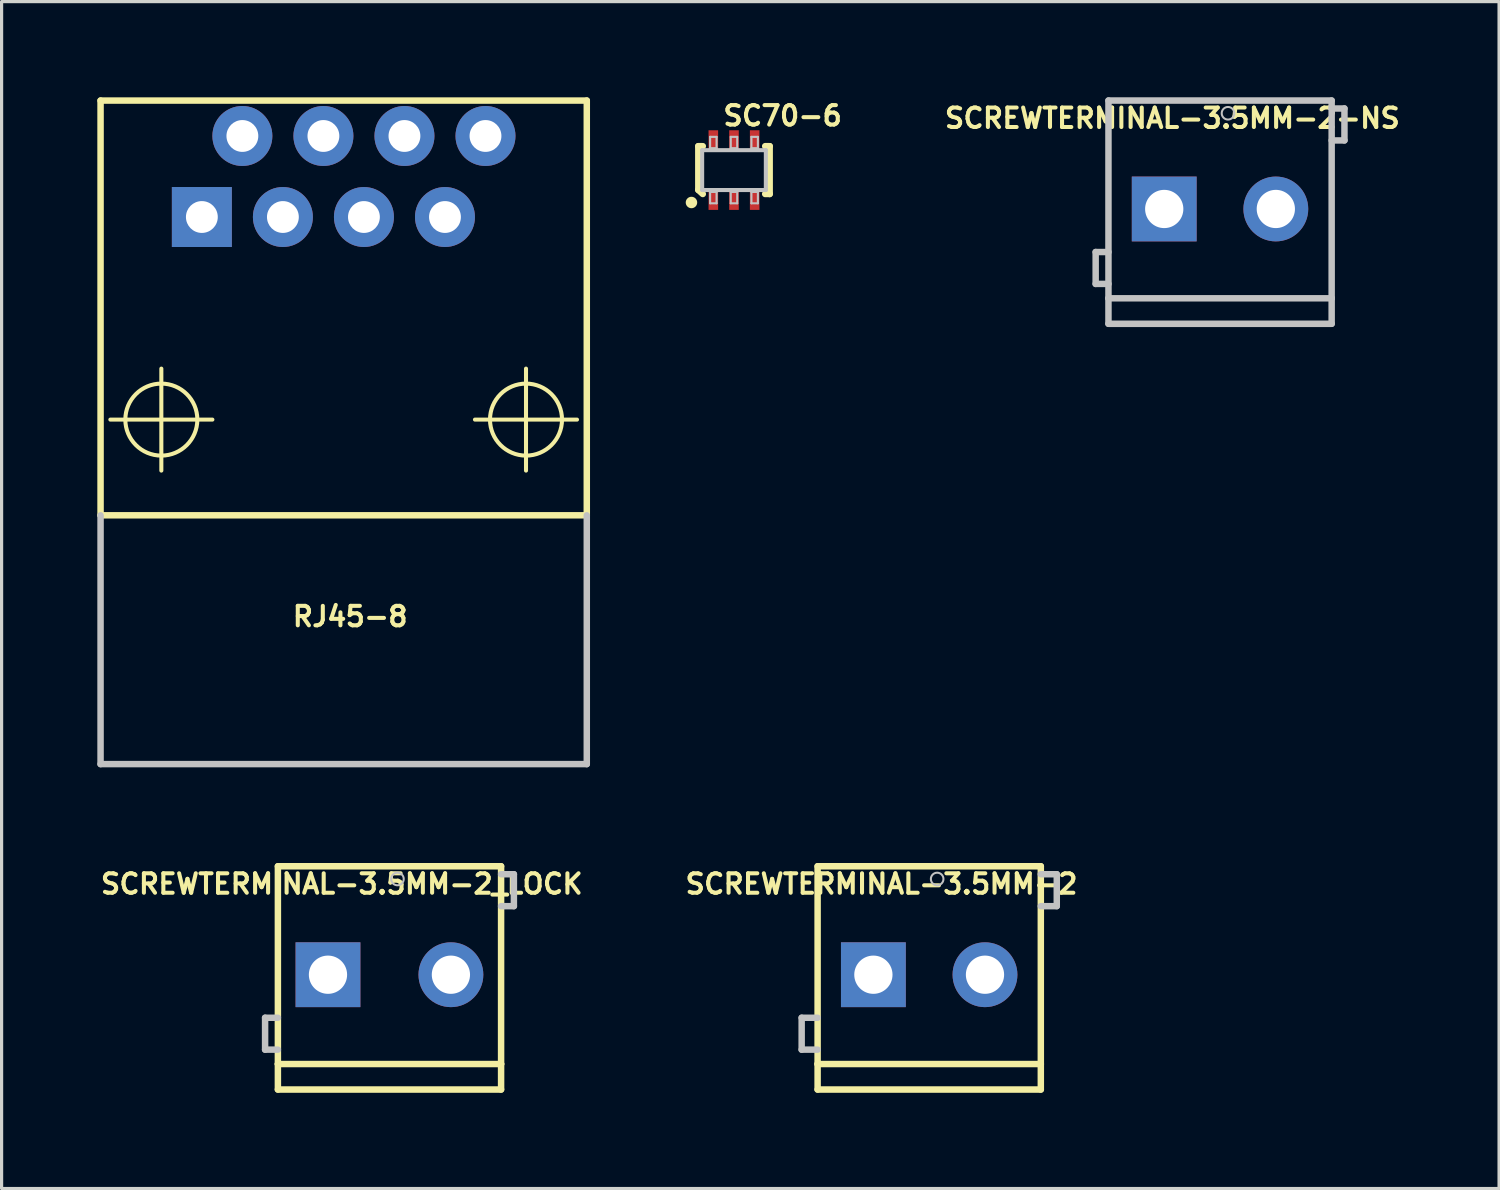
<source format=kicad_pcb>
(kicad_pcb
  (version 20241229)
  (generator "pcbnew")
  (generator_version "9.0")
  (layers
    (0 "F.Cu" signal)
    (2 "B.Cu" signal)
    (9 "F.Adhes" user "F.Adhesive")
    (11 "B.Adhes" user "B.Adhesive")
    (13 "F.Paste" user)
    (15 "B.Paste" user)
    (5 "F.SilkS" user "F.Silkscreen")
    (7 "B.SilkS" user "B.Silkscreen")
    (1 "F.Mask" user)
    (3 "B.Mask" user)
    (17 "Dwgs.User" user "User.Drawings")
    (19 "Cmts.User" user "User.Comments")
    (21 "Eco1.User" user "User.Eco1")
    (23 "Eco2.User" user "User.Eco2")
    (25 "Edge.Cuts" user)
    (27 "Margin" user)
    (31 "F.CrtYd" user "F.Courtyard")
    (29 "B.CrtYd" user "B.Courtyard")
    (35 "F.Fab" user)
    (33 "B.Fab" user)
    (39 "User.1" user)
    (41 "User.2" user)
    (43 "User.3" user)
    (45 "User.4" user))
  (footprint "SCREWTERMINAL-3.5MM-2"
    (layer "F.Cu")
    (at 24.325 27.501)
    (property "Reference" "SCREWTERMINAL-3.5MM-2" (at 0.254 -2.845 0) (layer "F.SilkS") (effects (font (size 0.61 0.61) (thickness 0.127))))
    (attr exclude_from_pos_files exclude_from_bom)
    (fp_line (start -1.748 -3.399) (end 5.248 -3.399) (stroke (width 0.203) (type solid)) (layer "F.SilkS"))
    (fp_line (start -1.748 2.799) (end -1.748 -3.399) (stroke (width 0.203) (type solid)) (layer "F.SilkS"))
    (fp_line (start -1.748 3.599) (end -1.748 2.799) (stroke (width 0.203) (type solid)) (layer "F.SilkS"))
    (fp_line (start 5.248 -3.399) (end 5.248 2.799) (stroke (width 0.203) (type solid)) (layer "F.SilkS"))
    (fp_line (start 5.248 2.799) (end -1.748 2.799) (stroke (width 0.203) (type solid)) (layer "F.SilkS"))
    (fp_line (start 5.248 2.799) (end 5.248 3.599) (stroke (width 0.203) (type solid)) (layer "F.SilkS"))
    (fp_line (start 5.248 3.599) (end -1.748 3.599) (stroke (width 0.203) (type solid)) (layer "F.SilkS"))
    (fp_line (start -2.248 1.349) (end -2.248 2.349) (stroke (width 0.203) (type solid)) (layer "Dwgs.User"))
    (fp_line (start -2.248 2.349) (end -1.748 2.349) (stroke (width 0.203) (type solid)) (layer "Dwgs.User"))
    (fp_line (start -1.748 1.349) (end -2.248 1.349) (stroke (width 0.203) (type solid)) (layer "Dwgs.User"))
    (fp_line (start 5.248 -3.15) (end 5.748 -3.15) (stroke (width 0.203) (type solid)) (layer "Dwgs.User"))
    (fp_line (start 5.748 -3.15) (end 5.748 -2.149) (stroke (width 0.203) (type solid)) (layer "Dwgs.User"))
    (fp_line (start 5.748 -2.149) (end 5.248 -2.149) (stroke (width 0.203) (type solid)) (layer "Dwgs.User"))
    (fp_circle (center 1.999 -3) (end 2.139 -3.139) (stroke (width 0.064) (type solid)) (fill no) (layer "Dwgs.User"))
    (pad "1" thru_hole rect (at 0 0) (size 2.032 2.032) (drill 1.199) (layers "*.Cu" "*.Paste" "*.Mask"))
    (pad "2" thru_hole circle (at 3.498 0) (size 2.032 2.032) (drill 1.199) (layers "*.Cu" "*.Paste" "*.Mask")))
  (footprint "SC70-6"
    (layer "F.Cu")
    (at 19.956 2.281)
    (property "Reference" "SC70-6" (at 1.524 -1.702 0) (layer "F.SilkS") (effects (font (size 0.61 0.61) (thickness 0.127))))
    (attr smd)
    (fp_line (start -1.118 -0.749) (end -1.118 0.622) (stroke (width 0.203) (type solid)) (layer "F.SilkS"))
    (fp_line (start -1.118 0.622) (end -0.978 0.749) (stroke (width 0.203) (type solid)) (layer "F.SilkS"))
    (fp_line (start -0.978 -0.749) (end -1.118 -0.749) (stroke (width 0.203) (type solid)) (layer "F.SilkS"))
    (fp_line (start 0.978 0.749) (end 1.118 0.749) (stroke (width 0.203) (type solid)) (layer "F.SilkS"))
    (fp_line (start 1.118 -0.749) (end 0.978 -0.749) (stroke (width 0.203) (type solid)) (layer "F.SilkS"))
    (fp_line (start 1.118 0.749) (end 1.118 -0.749) (stroke (width 0.203) (type solid)) (layer "F.SilkS"))
    (fp_circle (center -1.333 1.016) (end -1.46 1.143) (stroke (width 0) (type solid)) (fill yes) (layer "F.SilkS"))
    (fp_line (start -0.998 -0.625) (end -0.998 0.625) (stroke (width 0.127) (type solid)) (layer "Dwgs.User"))
    (fp_line (start -0.998 0.625) (end 0.998 0.625) (stroke (width 0.127) (type solid)) (layer "Dwgs.User"))
    (fp_line (start -0.749 -1.041) (end -0.546 -1.041) (stroke (width 0.066) (type solid)) (layer "Dwgs.User"))
    (fp_line (start -0.749 -0.686) (end -0.749 -1.041) (stroke (width 0.066) (type solid)) (layer "Dwgs.User"))
    (fp_line (start -0.749 -0.686) (end -0.546 -0.686) (stroke (width 0.066) (type solid)) (layer "Dwgs.User"))
    (fp_line (start -0.749 0.686) (end -0.546 0.686) (stroke (width 0.066) (type solid)) (layer "Dwgs.User"))
    (fp_line (start -0.749 1.041) (end -0.749 0.686) (stroke (width 0.066) (type solid)) (layer "Dwgs.User"))
    (fp_line (start -0.749 1.041) (end -0.546 1.041) (stroke (width 0.066) (type solid)) (layer "Dwgs.User"))
    (fp_line (start -0.546 -0.686) (end -0.546 -1.041) (stroke (width 0.066) (type solid)) (layer "Dwgs.User"))
    (fp_line (start -0.546 1.041) (end -0.546 0.686) (stroke (width 0.066) (type solid)) (layer "Dwgs.User"))
    (fp_line (start -0.102 -1.041) (end 0.102 -1.041) (stroke (width 0.066) (type solid)) (layer "Dwgs.User"))
    (fp_line (start -0.102 -0.686) (end -0.102 -1.041) (stroke (width 0.066) (type solid)) (layer "Dwgs.User"))
    (fp_line (start -0.102 -0.686) (end 0.102 -0.686) (stroke (width 0.066) (type solid)) (layer "Dwgs.User"))
    (fp_line (start -0.102 0.686) (end 0.102 0.686) (stroke (width 0.066) (type solid)) (layer "Dwgs.User"))
    (fp_line (start -0.102 1.041) (end -0.102 0.686) (stroke (width 0.066) (type solid)) (layer "Dwgs.User"))
    (fp_line (start -0.102 1.041) (end 0.102 1.041) (stroke (width 0.066) (type solid)) (layer "Dwgs.User"))
    (fp_line (start 0.102 -0.686) (end 0.102 -1.041) (stroke (width 0.066) (type solid)) (layer "Dwgs.User"))
    (fp_line (start 0.102 1.041) (end 0.102 0.686) (stroke (width 0.066) (type solid)) (layer "Dwgs.User"))
    (fp_line (start 0.546 -1.041) (end 0.749 -1.041) (stroke (width 0.066) (type solid)) (layer "Dwgs.User"))
    (fp_line (start 0.546 -0.686) (end 0.546 -1.041) (stroke (width 0.066) (type solid)) (layer "Dwgs.User"))
    (fp_line (start 0.546 -0.686) (end 0.749 -0.686) (stroke (width 0.066) (type solid)) (layer "Dwgs.User"))
    (fp_line (start 0.546 0.686) (end 0.749 0.686) (stroke (width 0.066) (type solid)) (layer "Dwgs.User"))
    (fp_line (start 0.546 1.041) (end 0.546 0.686) (stroke (width 0.066) (type solid)) (layer "Dwgs.User"))
    (fp_line (start 0.546 1.041) (end 0.749 1.041) (stroke (width 0.066) (type solid)) (layer "Dwgs.User"))
    (fp_line (start 0.749 -0.686) (end 0.749 -1.041) (stroke (width 0.066) (type solid)) (layer "Dwgs.User"))
    (fp_line (start 0.749 1.041) (end 0.749 0.686) (stroke (width 0.066) (type solid)) (layer "Dwgs.User"))
    (fp_line (start 0.998 -0.625) (end -0.998 -0.625) (stroke (width 0.127) (type solid)) (layer "Dwgs.User"))
    (fp_line (start 0.998 0.625) (end 0.998 -0.625) (stroke (width 0.127) (type solid)) (layer "Dwgs.User"))
    (pad "1" smd rect (at -0.648 0.919 180) (size 0.3 0.658) (layers "F.Cu" "F.Mask" "F.Paste"))
    (pad "2" smd rect (at 0 0.919 180) (size 0.3 0.658) (layers "F.Cu" "F.Mask" "F.Paste"))
    (pad "3" smd rect (at 0.648 0.919 180) (size 0.3 0.658) (layers "F.Cu" "F.Mask" "F.Paste"))
    (pad "4" smd rect (at 0.648 -0.919) (size 0.3 0.658) (layers "F.Cu" "F.Mask" "F.Paste"))
    (pad "5" smd rect (at 0 -0.919) (size 0.3 0.658) (layers "F.Cu" "F.Mask" "F.Paste"))
    (pad "6" smd rect (at -0.648 -0.919) (size 0.3 0.658) (layers "F.Cu" "F.Mask" "F.Paste")))
  (footprint "RJ45-8"
    (layer "F.Cu")
    (at 7.722 10.102)
    (property "Reference" "RJ45-8" (at 0.203 6.172 0) (layer "F.SilkS") (effects (font (size 0.61 0.61) (thickness 0.127))))
    (attr exclude_from_pos_files exclude_from_bom)
    (fp_line (start -7.62 -10) (end 7.62 -10) (stroke (width 0.203) (type solid)) (layer "F.SilkS"))
    (fp_line (start -7.62 3) (end -7.62 -10) (stroke (width 0.203) (type solid)) (layer "F.SilkS"))
    (fp_line (start -7.62 3) (end 7.62 3) (stroke (width 0.203) (type solid)) (layer "F.SilkS"))
    (fp_line (start -7.313 0) (end -4.115 0) (stroke (width 0.127) (type solid)) (layer "F.SilkS"))
    (fp_line (start -5.715 1.598) (end -5.715 -1.598) (stroke (width 0.127) (type solid)) (layer "F.SilkS"))
    (fp_line (start 4.115 0) (end 7.313 0) (stroke (width 0.127) (type solid)) (layer "F.SilkS"))
    (fp_line (start 5.715 1.598) (end 5.715 -1.598) (stroke (width 0.127) (type solid)) (layer "F.SilkS"))
    (fp_line (start 7.62 -10) (end 7.62 3) (stroke (width 0.203) (type solid)) (layer "F.SilkS"))
    (fp_circle (center -5.715 0) (end -6.513 0.798) (stroke (width 0.127) (type solid)) (fill no) (layer "F.SilkS"))
    (fp_circle (center 5.715 0) (end 6.513 0.798) (stroke (width 0.127) (type solid)) (fill no) (layer "F.SilkS"))
    (fp_line (start -7.62 3) (end -7.62 10.798) (stroke (width 0.203) (type solid)) (layer "Dwgs.User"))
    (fp_line (start -7.62 10.798) (end 7.62 10.798) (stroke (width 0.203) (type solid)) (layer "Dwgs.User"))
    (fp_line (start 7.62 10.798) (end 7.62 3) (stroke (width 0.203) (type solid)) (layer "Dwgs.User"))
    (pad "1" thru_hole rect (at -4.445 -6.35) (size 1.88 1.88) (drill 0.998) (layers "*.Cu" "*.Paste" "*.Mask"))
    (pad "2" thru_hole circle (at -3.175 -8.89) (size 1.88 1.88) (drill 0.998) (layers "*.Cu" "*.Paste" "*.Mask"))
    (pad "3" thru_hole circle (at -1.905 -6.35) (size 1.88 1.88) (drill 0.998) (layers "*.Cu" "*.Paste" "*.Mask"))
    (pad "4" thru_hole circle (at -0.635 -8.89) (size 1.88 1.88) (drill 0.998) (layers "*.Cu" "*.Paste" "*.Mask"))
    (pad "5" thru_hole circle (at 0.635 -6.35) (size 1.88 1.88) (drill 0.998) (layers "*.Cu" "*.Paste" "*.Mask"))
    (pad "6" thru_hole circle (at 1.905 -8.89) (size 1.88 1.88) (drill 0.998) (layers "*.Cu" "*.Paste" "*.Mask"))
    (pad "7" thru_hole circle (at 3.175 -6.35) (size 1.88 1.88) (drill 0.998) (layers "*.Cu" "*.Paste" "*.Mask"))
    (pad "8" thru_hole circle (at 4.445 -8.89) (size 1.88 1.88) (drill 0.998) (layers "*.Cu" "*.Paste" "*.Mask")))
  (footprint "SCREWTERMINAL-3.5MM-2_LOCK"
    (layer "F.Cu")
    (at 7.408 27.501)
    (property "Reference" "SCREWTERMINAL-3.5MM-2_LOCK" (at 0.254 -2.845 0) (layer "F.SilkS") (effects (font (size 0.61 0.61) (thickness 0.127))))
    (attr exclude_from_pos_files exclude_from_bom)
    (fp_line (start -1.748 -3.399) (end 5.248 -3.399) (stroke (width 0.203) (type solid)) (layer "F.SilkS"))
    (fp_line (start -1.748 2.799) (end -1.748 -3.399) (stroke (width 0.203) (type solid)) (layer "F.SilkS"))
    (fp_line (start -1.748 3.599) (end -1.748 2.799) (stroke (width 0.203) (type solid)) (layer "F.SilkS"))
    (fp_line (start 5.248 -3.399) (end 5.248 2.799) (stroke (width 0.203) (type solid)) (layer "F.SilkS"))
    (fp_line (start 5.248 2.799) (end -1.748 2.799) (stroke (width 0.203) (type solid)) (layer "F.SilkS"))
    (fp_line (start 5.248 2.799) (end 5.248 3.599) (stroke (width 0.203) (type solid)) (layer "F.SilkS"))
    (fp_line (start 5.248 3.599) (end -1.748 3.599) (stroke (width 0.203) (type solid)) (layer "F.SilkS"))
    (fp_line (start -2.149 1.349) (end -2.149 2.349) (stroke (width 0.203) (type solid)) (layer "Dwgs.User"))
    (fp_line (start -2.149 2.349) (end -1.748 2.349) (stroke (width 0.203) (type solid)) (layer "Dwgs.User"))
    (fp_line (start -1.748 1.349) (end -2.149 1.349) (stroke (width 0.203) (type solid)) (layer "Dwgs.User"))
    (fp_line (start 5.248 -3.15) (end 5.649 -3.15) (stroke (width 0.203) (type solid)) (layer "Dwgs.User"))
    (fp_line (start 5.649 -3.15) (end 5.649 -2.149) (stroke (width 0.203) (type solid)) (layer "Dwgs.User"))
    (fp_line (start 5.649 -2.149) (end 5.248 -2.149) (stroke (width 0.203) (type solid)) (layer "Dwgs.User"))
    (fp_circle (center 0 0) (end -0.216 0.216) (stroke (width 0.013) (type solid)) (fill no) (layer "Dwgs.User"))
    (fp_circle (center 1.999 -3) (end 2.139 -3.139) (stroke (width 0.064) (type solid)) (fill no) (layer "Dwgs.User"))
    (fp_circle (center 3.498 0) (end 3.713 0.216) (stroke (width 0.013) (type solid)) (fill no) (layer "Dwgs.User"))
    (pad "1" thru_hole rect (at -0.178 0) (size 2.032 2.032) (drill 1.199) (layers "*.Cu" "*.Paste" "*.Mask"))
    (pad "2" thru_hole circle (at 3.675 0) (size 2.032 2.032) (drill 1.199) (layers "*.Cu" "*.Paste" "*.Mask")))
  (footprint "SCREWTERMINAL-3.5MM-2-NS"
    (layer "F.Cu")
    (at 33.441 3.5)
    (property "Reference" "SCREWTERMINAL-3.5MM-2-NS" (at 0.254 -2.845 0) (layer "F.SilkS") (effects (font (size 0.61 0.61) (thickness 0.127))))
    (attr exclude_from_pos_files exclude_from_bom)
    (fp_line (start -2.149 1.349) (end -2.149 2.349) (stroke (width 0.203) (type solid)) (layer "Dwgs.User"))
    (fp_line (start -2.149 2.349) (end -1.748 2.349) (stroke (width 0.203) (type solid)) (layer "Dwgs.User"))
    (fp_line (start -1.748 -3.399) (end 5.248 -3.399) (stroke (width 0.203) (type solid)) (layer "Dwgs.User"))
    (fp_line (start -1.748 1.349) (end -2.149 1.349) (stroke (width 0.203) (type solid)) (layer "Dwgs.User"))
    (fp_line (start -1.748 2.799) (end -1.748 -3.399) (stroke (width 0.203) (type solid)) (layer "Dwgs.User"))
    (fp_line (start -1.748 3.599) (end -1.748 2.799) (stroke (width 0.203) (type solid)) (layer "Dwgs.User"))
    (fp_line (start 5.248 -3.399) (end 5.248 2.799) (stroke (width 0.203) (type solid)) (layer "Dwgs.User"))
    (fp_line (start 5.248 -3.15) (end 5.649 -3.15) (stroke (width 0.203) (type solid)) (layer "Dwgs.User"))
    (fp_line (start 5.248 2.799) (end -1.748 2.799) (stroke (width 0.203) (type solid)) (layer "Dwgs.User"))
    (fp_line (start 5.248 2.799) (end 5.248 3.599) (stroke (width 0.203) (type solid)) (layer "Dwgs.User"))
    (fp_line (start 5.248 3.599) (end -1.748 3.599) (stroke (width 0.203) (type solid)) (layer "Dwgs.User"))
    (fp_line (start 5.649 -3.15) (end 5.649 -2.149) (stroke (width 0.203) (type solid)) (layer "Dwgs.User"))
    (fp_line (start 5.649 -2.149) (end 5.248 -2.149) (stroke (width 0.203) (type solid)) (layer "Dwgs.User"))
    (fp_circle (center 1.999 -3) (end 2.139 -3.139) (stroke (width 0.064) (type solid)) (fill no) (layer "Dwgs.User"))
    (pad "1" thru_hole rect (at 0 0) (size 2.032 2.032) (drill 1.199) (layers "*.Cu" "*.Paste" "*.Mask"))
    (pad "2" thru_hole circle (at 3.498 0) (size 2.032 2.032) (drill 1.199) (layers "*.Cu" "*.Paste" "*.Mask")))
  (gr_rect
    (start -3 -3)
    (end 43.936 34.202)
    (stroke (width 0.1) (type default))
    (fill no)
    (layer "Edge.Cuts")))
</source>
